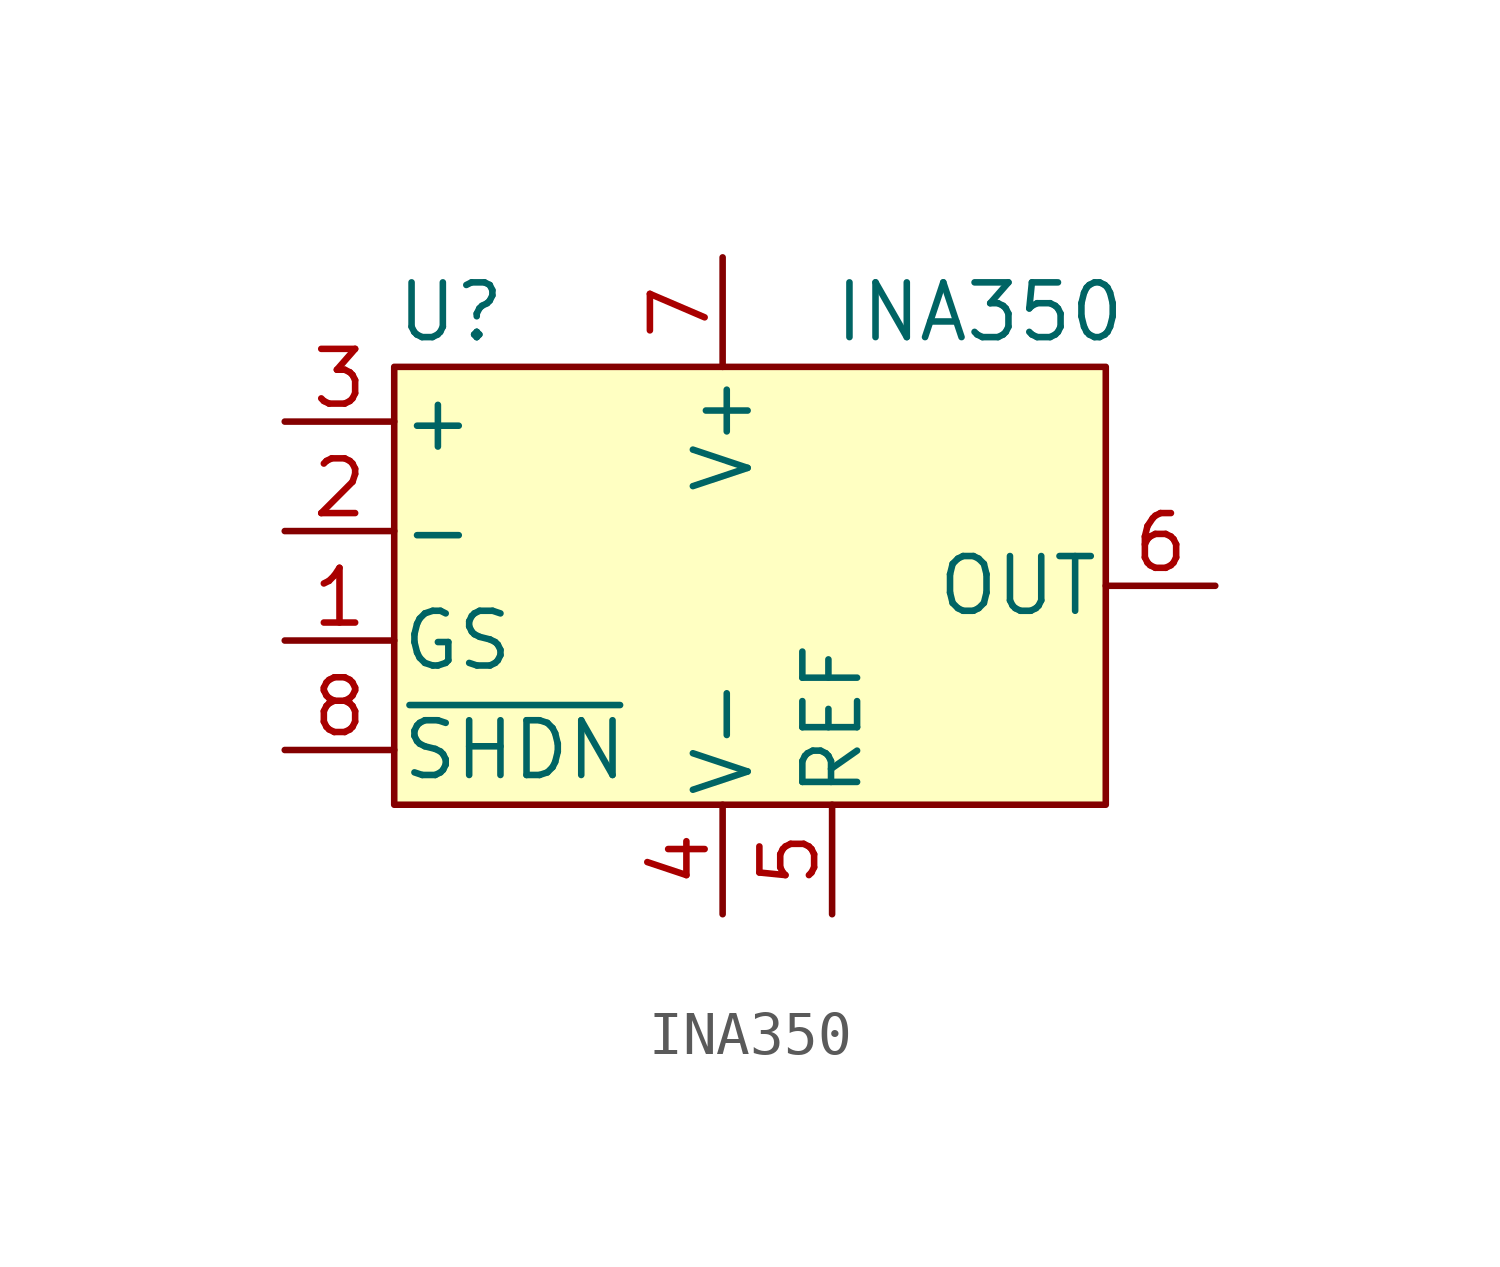
<source format=kicad_sym>
(kicad_symbol_lib
  (version 20220914)
  (generator kicad_symbol_editor)
  (symbol "INA350"
    (pin_names
      (offset 0.127))
    (property "Reference" "U"
      (at -5.08 5.08 0)
      (effects (font (size 1.27 1.27)) (justify left)))
    (property "Value" "INA350"
      (at 5.08 5.08 0)
      (effects (font (size 1.27 1.27)) (justify left)))
    (symbol "INA350_1_1"
      (rectangle (start -5.08 3.81) (end 11.43 -6.35) (stroke (width 0) (type default)) (fill (type background)))
      (pin input line (at -7.62 -2.54 0) (length 2.54) (name "GS" (effects (font (size 1.27 1.27)))) (number "1" (effects (font (size 1.27 1.27)))))
      (pin input line (at -7.62 0 0) (length 2.54) (name "-" (effects (font (size 1.27 1.27)))) (number "2" (effects (font (size 1.27 1.27)))))
      (pin input line (at -7.62 2.54 0) (length 2.54) (name "+" (effects (font (size 1.27 1.27)))) (number "3" (effects (font (size 1.27 1.27)))))
      (pin power_in line (at 2.54 -8.89 90) (length 2.54) (name "V-" (effects (font (size 1.27 1.27)))) (number "4" (effects (font (size 1.27 1.27)))))
      (pin power_in line (at 5.08 -8.89 90) (length 2.54) (name "REF" (effects (font (size 1.27 1.27)))) (number "5" (effects (font (size 1.27 1.27)))))
      (pin output line (at 13.97 -1.27 180) (length 2.54) (name "OUT" (effects (font (size 1.27 1.27)))) (number "6" (effects (font (size 1.27 1.27)))))
      (pin power_in line (at 2.54 6.35 270) (length 2.54) (name "V+" (effects (font (size 1.27 1.27)))) (number "7" (effects (font (size 1.27 1.27)))))
      (pin input line (at -7.62 -5.08 0) (length 2.54) (name "~{SHDN}" (effects (font (size 1.27 1.27)))) (number "8" (effects (font (size 1.27 1.27))))))))
</source>
